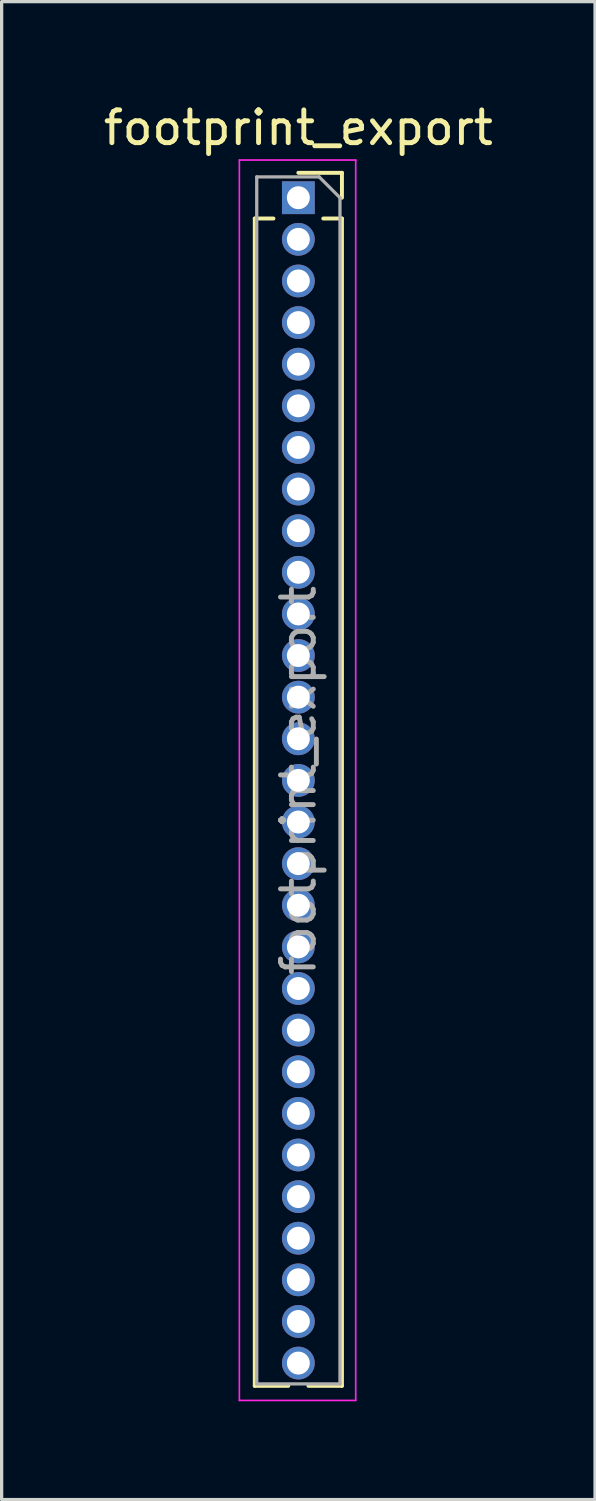
<source format=kicad_pcb>
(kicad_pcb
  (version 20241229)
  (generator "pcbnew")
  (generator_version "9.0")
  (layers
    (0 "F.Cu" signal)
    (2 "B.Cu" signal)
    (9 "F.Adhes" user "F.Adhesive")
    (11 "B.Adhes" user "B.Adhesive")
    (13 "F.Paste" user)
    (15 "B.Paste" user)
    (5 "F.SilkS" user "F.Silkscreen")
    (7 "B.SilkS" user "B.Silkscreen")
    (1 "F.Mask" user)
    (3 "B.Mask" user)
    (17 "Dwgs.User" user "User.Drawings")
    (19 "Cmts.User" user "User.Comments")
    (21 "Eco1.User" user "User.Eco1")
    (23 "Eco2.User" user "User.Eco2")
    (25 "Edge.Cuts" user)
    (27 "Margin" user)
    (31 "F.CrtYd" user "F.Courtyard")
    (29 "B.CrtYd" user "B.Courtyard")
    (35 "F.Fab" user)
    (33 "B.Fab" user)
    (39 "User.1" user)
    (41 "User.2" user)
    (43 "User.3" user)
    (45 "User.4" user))
  (footprint "footprint_export"
    (layer "F.Cu")
    (at 6.054 2.983)
    (property "Reference" "footprint_export" (at 0 -2.135 0) (layer "F.SilkS") (effects (font (size 1 1) (thickness 0.15))))
    (attr through_hole)
    (fp_line (start -1.33 0.635) (end -1.33 36.255) (stroke (width 0.12) (type solid)) (layer "F.SilkS"))
    (fp_line (start -1.33 0.635) (end -0.76 0.635) (stroke (width 0.12) (type solid)) (layer "F.SilkS"))
    (fp_line (start -1.33 36.255) (end -0.308 36.255) (stroke (width 0.12) (type solid)) (layer "F.SilkS"))
    (fp_line (start 0 -0.76) (end 1.33 -0.76) (stroke (width 0.12) (type solid)) (layer "F.SilkS"))
    (fp_line (start 0.308 36.255) (end 1.33 36.255) (stroke (width 0.12) (type solid)) (layer "F.SilkS"))
    (fp_line (start 0.76 0.635) (end 1.33 0.635) (stroke (width 0.12) (type solid)) (layer "F.SilkS"))
    (fp_line (start 1.33 -0.76) (end 1.33 0) (stroke (width 0.12) (type solid)) (layer "F.SilkS"))
    (fp_line (start 1.33 0.635) (end 1.33 36.255) (stroke (width 0.12) (type solid)) (layer "F.SilkS"))
    (fp_line (start -1.8 -1.15) (end 1.75 -1.15) (stroke (width 0.05) (type solid)) (layer "F.CrtYd"))
    (fp_line (start -1.8 36.7) (end -1.8 -1.15) (stroke (width 0.05) (type solid)) (layer "F.CrtYd"))
    (fp_line (start 1.75 -1.15) (end 1.75 36.7) (stroke (width 0.05) (type solid)) (layer "F.CrtYd"))
    (fp_line (start 1.75 36.7) (end -1.8 36.7) (stroke (width 0.05) (type solid)) (layer "F.CrtYd"))
    (fp_line (start -1.27 -0.635) (end 0.635 -0.635) (stroke (width 0.1) (type solid)) (layer "F.Fab"))
    (fp_line (start -1.27 36.195) (end -1.27 -0.635) (stroke (width 0.1) (type solid)) (layer "F.Fab"))
    (fp_line (start 0.635 -0.635) (end 1.27 0) (stroke (width 0.1) (type solid)) (layer "F.Fab"))
    (fp_line (start 1.27 0) (end 1.27 36.195) (stroke (width 0.1) (type solid)) (layer "F.Fab"))
    (fp_line (start 1.27 36.195) (end -1.27 36.195) (stroke (width 0.1) (type solid)) (layer "F.Fab"))
    (fp_text user "${REFERENCE}" (at 0 17.78 90) (layer "F.Fab") (effects (font (size 1 1) (thickness 0.15))))
    (pad "1" thru_hole rect (at 0 0) (size 1 1) (drill 0.7) (layers "*.Cu" "*.Mask"))
    (pad "2" thru_hole oval (at 0 1.27) (size 1 1) (drill 0.7) (layers "*.Cu" "*.Mask"))
    (pad "3" thru_hole oval (at 0 2.54) (size 1 1) (drill 0.7) (layers "*.Cu" "*.Mask"))
    (pad "4" thru_hole oval (at 0 3.81) (size 1 1) (drill 0.7) (layers "*.Cu" "*.Mask"))
    (pad "5" thru_hole oval (at 0 5.08) (size 1 1) (drill 0.7) (layers "*.Cu" "*.Mask"))
    (pad "6" thru_hole oval (at 0 6.35) (size 1 1) (drill 0.7) (layers "*.Cu" "*.Mask"))
    (pad "7" thru_hole oval (at 0 7.62) (size 1 1) (drill 0.7) (layers "*.Cu" "*.Mask"))
    (pad "8" thru_hole oval (at 0 8.89) (size 1 1) (drill 0.7) (layers "*.Cu" "*.Mask"))
    (pad "9" thru_hole oval (at 0 10.16) (size 1 1) (drill 0.7) (layers "*.Cu" "*.Mask"))
    (pad "10" thru_hole oval (at 0 11.43) (size 1 1) (drill 0.7) (layers "*.Cu" "*.Mask"))
    (pad "11" thru_hole oval (at 0 12.7) (size 1 1) (drill 0.7) (layers "*.Cu" "*.Mask"))
    (pad "12" thru_hole oval (at 0 13.97) (size 1 1) (drill 0.7) (layers "*.Cu" "*.Mask"))
    (pad "13" thru_hole oval (at 0 15.24) (size 1 1) (drill 0.7) (layers "*.Cu" "*.Mask"))
    (pad "14" thru_hole oval (at 0 16.51) (size 1 1) (drill 0.7) (layers "*.Cu" "*.Mask"))
    (pad "15" thru_hole oval (at 0 17.78) (size 1 1) (drill 0.7) (layers "*.Cu" "*.Mask"))
    (pad "16" thru_hole oval (at 0 19.05) (size 1 1) (drill 0.7) (layers "*.Cu" "*.Mask"))
    (pad "17" thru_hole oval (at 0 20.32) (size 1 1) (drill 0.7) (layers "*.Cu" "*.Mask"))
    (pad "18" thru_hole oval (at 0 21.59) (size 1 1) (drill 0.7) (layers "*.Cu" "*.Mask"))
    (pad "19" thru_hole oval (at 0 22.86) (size 1 1) (drill 0.7) (layers "*.Cu" "*.Mask"))
    (pad "20" thru_hole oval (at 0 24.13) (size 1 1) (drill 0.7) (layers "*.Cu" "*.Mask"))
    (pad "21" thru_hole oval (at 0 25.4) (size 1 1) (drill 0.7) (layers "*.Cu" "*.Mask"))
    (pad "22" thru_hole oval (at 0 26.67) (size 1 1) (drill 0.7) (layers "*.Cu" "*.Mask"))
    (pad "23" thru_hole oval (at 0 27.94) (size 1 1) (drill 0.7) (layers "*.Cu" "*.Mask"))
    (pad "24" thru_hole oval (at 0 29.21) (size 1 1) (drill 0.7) (layers "*.Cu" "*.Mask"))
    (pad "25" thru_hole oval (at 0 30.48) (size 1 1) (drill 0.7) (layers "*.Cu" "*.Mask"))
    (pad "26" thru_hole oval (at 0 31.75) (size 1 1) (drill 0.7) (layers "*.Cu" "*.Mask"))
    (pad "27" thru_hole oval (at 0 33.02) (size 1 1) (drill 0.7) (layers "*.Cu" "*.Mask"))
    (pad "28" thru_hole oval (at 0 34.29) (size 1 1) (drill 0.7) (layers "*.Cu" "*.Mask"))
    (pad "29" thru_hole oval (at 0 35.56) (size 1 1) (drill 0.7) (layers "*.Cu" "*.Mask")))
  (gr_rect
    (start -3 -3)
    (end 15.107 42.708)
    (stroke (width 0.1) (type default))
    (fill no)
    (layer "Edge.Cuts")))
</source>
